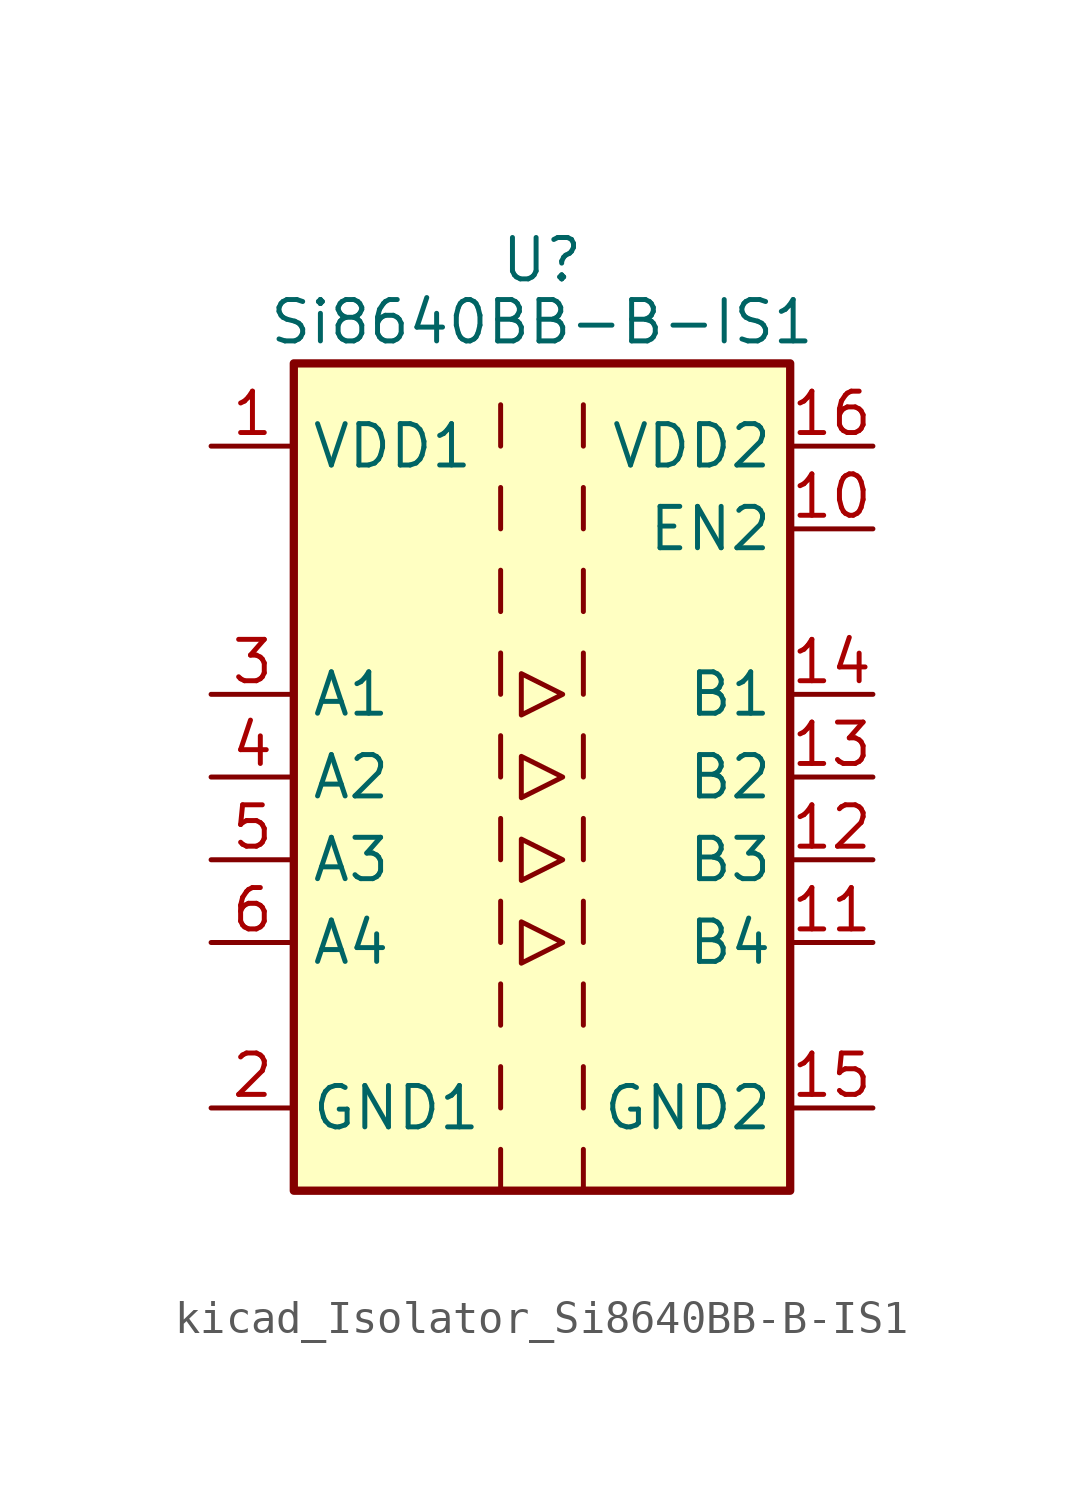
<source format=kicad_sym>
(kicad_symbol_lib
  (version 20220914)
  (generator kicad_symbol_editor)
  (symbol "kicad_Isolator_Si8640BB-B-IS1"
    (property "Reference" "U"
      (at 0 15.875 0)
      (effects (font (size 1.27 1.27))))
    (property "Value" "Si8640BB-B-IS1"
      (at 0 13.97 0)
      (effects (font (size 1.27 1.27))))
    (symbol "kicad_Isolator_Si8640BB-B-IS1_0_1"
      (rectangle (start -7.62 12.7) (end 7.62 -12.7) (stroke (width 0.254) (type default)) (fill (type background)))
      (polyline (pts (xy -1.27 -11.43) (xy -1.27 -12.7)) (stroke (width 0) (type default)) (fill (type none)))
      (polyline (pts (xy -1.27 -8.89) (xy -1.27 -10.16)) (stroke (width 0) (type default)) (fill (type none)))
      (polyline (pts (xy -1.27 -6.35) (xy -1.27 -7.62)) (stroke (width 0) (type default)) (fill (type none)))
      (polyline (pts (xy -1.27 -3.81) (xy -1.27 -5.08)) (stroke (width 0) (type default)) (fill (type none)))
      (polyline (pts (xy -1.27 -1.27) (xy -1.27 -2.54)) (stroke (width 0) (type default)) (fill (type none)))
      (polyline (pts (xy -1.27 1.27) (xy -1.27 0)) (stroke (width 0) (type default)) (fill (type none)))
      (polyline (pts (xy -1.27 3.81) (xy -1.27 2.54)) (stroke (width 0) (type default)) (fill (type none)))
      (polyline (pts (xy -1.27 6.35) (xy -1.27 5.08)) (stroke (width 0) (type default)) (fill (type none)))
      (polyline (pts (xy -1.27 8.89) (xy -1.27 7.62)) (stroke (width 0) (type default)) (fill (type none)))
      (polyline (pts (xy -1.27 11.43) (xy -1.27 10.16)) (stroke (width 0) (type default)) (fill (type none)))
      (polyline (pts (xy 1.27 -11.43) (xy 1.27 -12.7)) (stroke (width 0) (type default)) (fill (type none)))
      (polyline (pts (xy 1.27 -8.89) (xy 1.27 -10.16)) (stroke (width 0) (type default)) (fill (type none)))
      (polyline (pts (xy 1.27 -6.35) (xy 1.27 -7.62)) (stroke (width 0) (type default)) (fill (type none)))
      (polyline (pts (xy 1.27 -3.81) (xy 1.27 -5.08)) (stroke (width 0) (type default)) (fill (type none)))
      (polyline (pts (xy 1.27 -1.27) (xy 1.27 -2.54)) (stroke (width 0) (type default)) (fill (type none)))
      (polyline (pts (xy 1.27 1.27) (xy 1.27 0)) (stroke (width 0) (type default)) (fill (type none)))
      (polyline (pts (xy 1.27 3.81) (xy 1.27 2.54)) (stroke (width 0) (type default)) (fill (type none)))
      (polyline (pts (xy 1.27 6.35) (xy 1.27 5.08)) (stroke (width 0) (type default)) (fill (type none)))
      (polyline (pts (xy 1.27 8.89) (xy 1.27 7.62)) (stroke (width 0) (type default)) (fill (type none)))
      (polyline (pts (xy 1.27 11.43) (xy 1.27 10.16)) (stroke (width 0) (type default)) (fill (type none)))
      (polyline (pts (xy -0.635 0.635) (xy -0.635 -0.635) (xy 0.635 0) (xy -0.635 0.635)) (stroke (width 0) (type default)) (fill (type none)))
      (polyline (pts (xy -0.635 3.175) (xy -0.635 1.905) (xy 0.635 2.54) (xy -0.635 3.175)) (stroke (width 0) (type default)) (fill (type none)))
      (polyline (pts (xy 0.635 -5.08) (xy -0.635 -4.445) (xy -0.635 -5.715) (xy 0.635 -5.08)) (stroke (width 0) (type default)) (fill (type none)))
      (polyline (pts (xy 0.635 -2.54) (xy -0.635 -1.905) (xy -0.635 -3.175) (xy 0.635 -2.54)) (stroke (width 0) (type default)) (fill (type none))))
    (symbol "kicad_Isolator_Si8640BB-B-IS1_1_1"
      (pin power_in line (at -10.16 10.16 0) (length 2.54) (name "VDD1" (effects (font (size 1.27 1.27)))) (number "1" (effects (font (size 1.27 1.27)))))
      (pin input line (at 10.16 7.62 180) (length 2.54) (name "EN2" (effects (font (size 1.27 1.27)))) (number "10" (effects (font (size 1.27 1.27)))))
      (pin output line (at 10.16 -5.08 180) (length 2.54) (name "B4" (effects (font (size 1.27 1.27)))) (number "11" (effects (font (size 1.27 1.27)))))
      (pin output line (at 10.16 -2.54 180) (length 2.54) (name "B3" (effects (font (size 1.27 1.27)))) (number "12" (effects (font (size 1.27 1.27)))))
      (pin output line (at 10.16 0 180) (length 2.54) (name "B2" (effects (font (size 1.27 1.27)))) (number "13" (effects (font (size 1.27 1.27)))))
      (pin output line (at 10.16 2.54 180) (length 2.54) (name "B1" (effects (font (size 1.27 1.27)))) (number "14" (effects (font (size 1.27 1.27)))))
      (pin power_in line (at 10.16 -10.16 180) (length 2.54) (name "GND2" (effects (font (size 1.27 1.27)))) (number "15" (effects (font (size 1.27 1.27)))))
      (pin power_in line (at 10.16 10.16 180) (length 2.54) (name "VDD2" (effects (font (size 1.27 1.27)))) (number "16" (effects (font (size 1.27 1.27)))))
      (pin power_in line (at -10.16 -10.16 0) (length 2.54) (name "GND1" (effects (font (size 1.27 1.27)))) (number "2" (effects (font (size 1.27 1.27)))))
      (pin input line (at -10.16 2.54 0) (length 2.54) (name "A1" (effects (font (size 1.27 1.27)))) (number "3" (effects (font (size 1.27 1.27)))))
      (pin input line (at -10.16 0 0) (length 2.54) (name "A2" (effects (font (size 1.27 1.27)))) (number "4" (effects (font (size 1.27 1.27)))))
      (pin input line (at -10.16 -2.54 0) (length 2.54) (name "A3" (effects (font (size 1.27 1.27)))) (number "5" (effects (font (size 1.27 1.27)))))
      (pin input line (at -10.16 -5.08 0) (length 2.54) (name "A4" (effects (font (size 1.27 1.27)))) (number "6" (effects (font (size 1.27 1.27)))))
      (pin no_connect line (at -7.62 7.62 0) (length 2.54) hide (name "NC" (effects (font (size 1.27 1.27)))) (number "7" (effects (font (size 1.27 1.27)))))
      (pin passive line (at -10.16 -10.16 0) (length 2.54) hide (name "GND1" (effects (font (size 1.27 1.27)))) (number "8" (effects (font (size 1.27 1.27)))))
      (pin passive line (at 10.16 -10.16 180) (length 2.54) hide (name "GND2" (effects (font (size 1.27 1.27)))) (number "9" (effects (font (size 1.27 1.27))))))))
</source>
